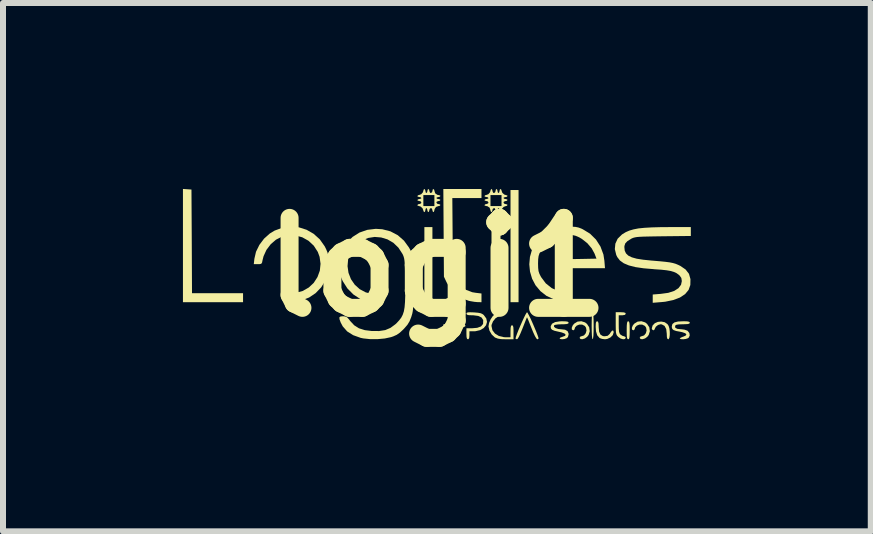
<source format=kicad_pcb>
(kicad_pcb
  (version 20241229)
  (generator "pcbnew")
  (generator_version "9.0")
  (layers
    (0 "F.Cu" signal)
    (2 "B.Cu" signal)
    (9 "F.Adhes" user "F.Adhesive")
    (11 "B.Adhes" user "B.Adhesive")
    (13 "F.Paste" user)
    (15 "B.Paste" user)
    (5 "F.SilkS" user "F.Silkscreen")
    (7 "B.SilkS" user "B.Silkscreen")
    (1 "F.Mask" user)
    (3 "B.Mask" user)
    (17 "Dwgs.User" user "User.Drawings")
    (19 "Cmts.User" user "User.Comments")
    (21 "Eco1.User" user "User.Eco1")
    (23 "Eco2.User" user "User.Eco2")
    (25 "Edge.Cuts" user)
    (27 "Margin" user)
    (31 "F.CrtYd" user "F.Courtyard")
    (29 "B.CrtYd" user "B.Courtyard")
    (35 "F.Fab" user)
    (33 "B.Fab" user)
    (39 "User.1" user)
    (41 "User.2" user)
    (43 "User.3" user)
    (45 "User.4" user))
  (footprint "logi1"
    (layer "F.Cu")
    (at 4.242 1.404)
    (property "Reference" "logi1" (at 0 0 0) (layer "F.SilkS") (effects (font (size 1.5 1.5) (thickness 0.3))))
    (attr board_only exclude_from_pos_files exclude_from_bom)
    (fp_poly (pts (xy -0.083 -0.042) (xy -0.083 0.584) (xy -0.15 0.584) (xy -0.217 0.584) (xy -0.217 -0.042) (xy -0.217 -0.668) (xy -0.15 -0.668) (xy -0.083 -0.668)) (stroke (width 0) (type solid)) (fill yes) (layer "F.SilkS"))
    (fp_poly (pts (xy 1.052 -0.042) (xy 1.052 0.584) (xy 0.977 0.584) (xy 0.902 0.584) (xy 0.902 -0.042) (xy 0.902 -0.668) (xy 0.977 -0.668) (xy 1.052 -0.668)) (stroke (width 0) (type solid)) (fill yes) (layer "F.SilkS"))
    (fp_poly (pts (xy 1.353 -0.351) (xy 1.353 0.584) (xy 1.286 0.584) (xy 1.219 0.584) (xy 1.219 -0.351) (xy 1.219 -1.286) (xy 1.286 -1.286) (xy 1.353 -1.286)) (stroke (width 0) (type solid)) (fill yes) (layer "F.SilkS"))
    (fp_poly (pts (xy -4.171 -1.299) (xy -4.1 -1.294) (xy -4.095 -0.43) (xy -4.091 0.434) (xy -3.665 0.434) (xy -3.24 0.434) (xy -3.24 0.509) (xy -3.24 0.584) (xy -3.741 0.584) (xy -4.242 0.584) (xy -4.242 -0.36) (xy -4.242 -1.304)) (stroke (width 0) (type solid)) (fill yes) (layer "F.SilkS"))
    (fp_poly (pts (xy 2.595 0.768) (xy 2.601 0.814) (xy 2.604 0.887) (xy 2.605 0.977) (xy 2.604 1.072) (xy 2.601 1.144) (xy 2.595 1.188) (xy 2.588 1.202) (xy 2.581 1.186) (xy 2.576 1.14) (xy 2.573 1.067) (xy 2.572 0.977) (xy 2.573 0.882) (xy 2.576 0.81) (xy 2.582 0.766) (xy 2.588 0.751)) (stroke (width 0) (type solid)) (fill yes) (layer "F.SilkS"))
    (fp_poly (pts (xy 0.366 0.752) (xy 0.42 0.755) (xy 0.452 0.76) (xy 0.465 0.769) (xy 0.468 0.777) (xy 0.462 0.788) (xy 0.443 0.795) (xy 0.404 0.799) (xy 0.341 0.801) (xy 0.284 0.802) (xy 0.202 0.801) (xy 0.148 0.798) (xy 0.116 0.793) (xy 0.102 0.784) (xy 0.1 0.777) (xy 0.105 0.765) (xy 0.125 0.758) (xy 0.163 0.754) (xy 0.226 0.752) (xy 0.284 0.751)) (stroke (width 0) (type solid)) (fill yes) (layer "F.SilkS"))
    (fp_poly (pts (xy 3.193 0.908) (xy 3.201 0.929) (xy 3.205 0.972) (xy 3.206 1.041) (xy 3.206 1.052) (xy 3.205 1.125) (xy 3.202 1.171) (xy 3.195 1.195) (xy 3.183 1.202) (xy 3.181 1.202) (xy 3.169 1.197) (xy 3.161 1.175) (xy 3.157 1.133) (xy 3.156 1.063) (xy 3.156 1.052) (xy 3.157 0.979) (xy 3.161 0.933) (xy 3.168 0.909) (xy 3.179 0.902) (xy 3.181 0.902)) (stroke (width 0) (type solid)) (fill yes) (layer "F.SilkS"))
    (fp_poly (pts (xy 0.366 0.953) (xy 0.42 0.955) (xy 0.452 0.96) (xy 0.465 0.969) (xy 0.468 0.977) (xy 0.462 0.989) (xy 0.441 0.996) (xy 0.4 1) (xy 0.332 1.002) (xy 0.309 1.002) (xy 0.15 1.002) (xy 0.15 1.102) (xy 0.148 1.16) (xy 0.142 1.192) (xy 0.128 1.202) (xy 0.125 1.202) (xy 0.112 1.196) (xy 0.104 1.172) (xy 0.101 1.125) (xy 0.1 1.077) (xy 0.1 0.952) (xy 0.284 0.952)) (stroke (width 0) (type solid)) (fill yes) (layer "F.SilkS"))
    (fp_poly (pts (xy 0.735 -1.227) (xy 0.735 -1.152) (xy 0.492 -1.152) (xy 0.249 -1.152) (xy 0.254 -0.514) (xy 0.259 0.125) (xy 0.31 0.217) (xy 0.38 0.308) (xy 0.472 0.376) (xy 0.582 0.418) (xy 0.637 0.427) (xy 0.735 0.439) (xy 0.735 0.511) (xy 0.735 0.584) (xy 0.672 0.583) (xy 0.617 0.578) (xy 0.552 0.567) (xy 0.524 0.561) (xy 0.398 0.516) (xy 0.294 0.447) (xy 0.209 0.351) (xy 0.152 0.25) (xy 0.109 0.159) (xy 0.104 -0.572) (xy 0.099 -1.303) (xy 0.417 -1.303) (xy 0.735 -1.303)) (stroke (width 0) (type solid)) (fill yes) (layer "F.SilkS"))
    (fp_poly (pts (xy 3.79 0.918) (xy 3.835 0.949) (xy 3.855 0.979) (xy 3.868 1.023) (xy 3.874 1.077) (xy 3.874 1.131) (xy 3.868 1.175) (xy 3.856 1.2) (xy 3.849 1.202) (xy 3.834 1.194) (xy 3.826 1.165) (xy 3.824 1.111) (xy 3.815 1.032) (xy 3.787 0.979) (xy 3.741 0.954) (xy 3.718 0.952) (xy 3.678 0.964) (xy 3.642 0.993) (xy 3.624 1.027) (xy 3.624 1.033) (xy 3.61 1.05) (xy 3.599 1.052) (xy 3.578 1.038) (xy 3.574 1.022) (xy 3.588 0.972) (xy 3.625 0.934) (xy 3.676 0.912) (xy 3.734 0.907)) (stroke (width 0) (type solid)) (fill yes) (layer "F.SilkS"))
    (fp_poly (pts (xy 2.678 0.91) (xy 2.686 0.937) (xy 2.689 0.991) (xy 2.689 0.999) (xy 2.696 1.076) (xy 2.719 1.125) (xy 2.759 1.149) (xy 2.79 1.152) (xy 2.839 1.144) (xy 2.872 1.114) (xy 2.887 1.09) (xy 2.911 1.059) (xy 2.93 1.056) (xy 2.939 1.081) (xy 2.939 1.086) (xy 2.924 1.133) (xy 2.885 1.172) (xy 2.831 1.197) (xy 2.794 1.202) (xy 2.745 1.196) (xy 2.707 1.183) (xy 2.704 1.181) (xy 2.665 1.136) (xy 2.644 1.07) (xy 2.639 0.995) (xy 2.641 0.939) (xy 2.648 0.91) (xy 2.663 0.902) (xy 2.664 0.902)) (stroke (width 0) (type solid)) (fill yes) (layer "F.SilkS"))
    (fp_poly (pts (xy 3.109 0.754) (xy 3.134 0.763) (xy 3.14 0.777) (xy 3.127 0.795) (xy 3.086 0.802) (xy 3.081 0.802) (xy 3.023 0.802) (xy 3.023 0.949) (xy 3.024 1.024) (xy 3.028 1.073) (xy 3.037 1.104) (xy 3.052 1.124) (xy 3.053 1.125) (xy 3.088 1.146) (xy 3.112 1.152) (xy 3.136 1.164) (xy 3.14 1.177) (xy 3.127 1.198) (xy 3.096 1.202) (xy 3.056 1.191) (xy 3.018 1.165) (xy 3.014 1.161) (xy 2.995 1.141) (xy 2.984 1.119) (xy 2.977 1.088) (xy 2.974 1.04) (xy 2.973 0.969) (xy 2.973 0.936) (xy 2.973 0.751) (xy 3.056 0.751)) (stroke (width 0) (type solid)) (fill yes) (layer "F.SilkS"))
    (fp_poly (pts (xy 2.462 0.921) (xy 2.494 0.946) (xy 2.531 1.003) (xy 2.54 1.068) (xy 2.521 1.13) (xy 2.497 1.161) (xy 2.46 1.188) (xy 2.419 1.201) (xy 2.387 1.199) (xy 2.372 1.181) (xy 2.371 1.177) (xy 2.385 1.156) (xy 2.402 1.152) (xy 2.444 1.138) (xy 2.473 1.102) (xy 2.486 1.056) (xy 2.478 1.009) (xy 2.458 0.98) (xy 2.415 0.958) (xy 2.366 0.957) (xy 2.322 0.975) (xy 2.293 1.007) (xy 2.288 1.033) (xy 2.274 1.05) (xy 2.263 1.052) (xy 2.242 1.04) (xy 2.24 1.011) (xy 2.255 0.973) (xy 2.279 0.943) (xy 2.335 0.908) (xy 2.399 0.901)) (stroke (width 0) (type solid)) (fill yes) (layer "F.SilkS"))
    (fp_poly (pts (xy 3.464 0.921) (xy 3.496 0.946) (xy 3.533 1.003) (xy 3.542 1.068) (xy 3.523 1.13) (xy 3.499 1.161) (xy 3.462 1.188) (xy 3.421 1.201) (xy 3.389 1.199) (xy 3.374 1.181) (xy 3.373 1.177) (xy 3.387 1.156) (xy 3.404 1.152) (xy 3.446 1.138) (xy 3.475 1.102) (xy 3.488 1.056) (xy 3.48 1.009) (xy 3.46 0.98) (xy 3.416 0.958) (xy 3.368 0.957) (xy 3.324 0.975) (xy 3.295 1.007) (xy 3.29 1.033) (xy 3.276 1.05) (xy 3.265 1.052) (xy 3.244 1.04) (xy 3.242 1.011) (xy 3.257 0.973) (xy 3.281 0.943) (xy 3.337 0.908) (xy 3.401 0.901)) (stroke (width 0) (type solid)) (fill yes) (layer "F.SilkS"))
    (fp_poly (pts (xy 0.608 0.754) (xy 0.678 0.76) (xy 0.725 0.769) (xy 0.757 0.785) (xy 0.774 0.799) (xy 0.815 0.855) (xy 0.827 0.913) (xy 0.811 0.968) (xy 0.772 1.015) (xy 0.712 1.05) (xy 0.634 1.068) (xy 0.605 1.069) (xy 0.534 1.069) (xy 0.534 1.136) (xy 0.53 1.182) (xy 0.517 1.201) (xy 0.509 1.202) (xy 0.494 1.194) (xy 0.486 1.165) (xy 0.484 1.111) (xy 0.484 1.019) (xy 0.575 1.019) (xy 0.665 1.011) (xy 0.727 0.988) (xy 0.759 0.95) (xy 0.762 0.942) (xy 0.764 0.883) (xy 0.737 0.84) (xy 0.681 0.813) (xy 0.596 0.802) (xy 0.575 0.802) (xy 0.521 0.8) (xy 0.493 0.792) (xy 0.484 0.777) (xy 0.484 0.775) (xy 0.489 0.761) (xy 0.507 0.754) (xy 0.546 0.752)) (stroke (width 0) (type solid)) (fill yes) (layer "F.SilkS"))
    (fp_poly (pts (xy 1.506 0.766) (xy 1.527 0.805) (xy 1.555 0.861) (xy 1.585 0.928) (xy 1.616 1) (xy 1.645 1.069) (xy 1.668 1.128) (xy 1.683 1.172) (xy 1.687 1.19) (xy 1.673 1.201) (xy 1.664 1.202) (xy 1.649 1.187) (xy 1.625 1.146) (xy 1.596 1.083) (xy 1.57 1.019) (xy 1.541 0.947) (xy 1.518 0.889) (xy 1.501 0.849) (xy 1.494 0.835) (xy 1.487 0.85) (xy 1.471 0.889) (xy 1.448 0.948) (xy 1.42 1.019) (xy 1.386 1.102) (xy 1.358 1.162) (xy 1.336 1.196) (xy 1.326 1.202) (xy 1.305 1.195) (xy 1.303 1.19) (xy 1.309 1.163) (xy 1.326 1.115) (xy 1.35 1.053) (xy 1.38 0.983) (xy 1.411 0.912) (xy 1.441 0.847) (xy 1.467 0.794) (xy 1.487 0.76) (xy 1.495 0.751)) (stroke (width 0) (type solid)) (fill yes) (layer "F.SilkS"))
    (fp_poly (pts (xy 1.086 0.769) (xy 1.075 0.789) (xy 1.039 0.811) (xy 1.026 0.816) (xy 0.97 0.851) (xy 0.927 0.904) (xy 0.903 0.963) (xy 0.902 0.982) (xy 0.917 1.051) (xy 0.96 1.107) (xy 1.025 1.147) (xy 1.108 1.167) (xy 1.142 1.169) (xy 1.219 1.169) (xy 1.219 1.069) (xy 1.221 1.011) (xy 1.228 0.979) (xy 1.241 0.969) (xy 1.244 0.969) (xy 1.258 0.975) (xy 1.266 1) (xy 1.269 1.049) (xy 1.269 1.085) (xy 1.269 1.202) (xy 1.14 1.202) (xy 1.062 1.2) (xy 1.008 1.191) (xy 0.965 1.175) (xy 0.955 1.169) (xy 0.905 1.122) (xy 0.868 1.058) (xy 0.852 0.991) (xy 0.852 0.986) (xy 0.862 0.93) (xy 0.888 0.869) (xy 0.923 0.817) (xy 0.944 0.797) (xy 0.991 0.771) (xy 1.035 0.757) (xy 1.073 0.756)) (stroke (width 0) (type solid)) (fill yes) (layer "F.SilkS"))
    (fp_poly (pts (xy 2.143 0.904) (xy 2.175 0.91) (xy 2.187 0.922) (xy 2.188 0.927) (xy 2.181 0.94) (xy 2.156 0.948) (xy 2.107 0.952) (xy 2.072 0.952) (xy 2.006 0.955) (xy 1.961 0.962) (xy 1.944 0.971) (xy 1.945 0.995) (xy 1.971 1.016) (xy 2.016 1.031) (xy 2.058 1.035) (xy 2.128 1.043) (xy 2.17 1.066) (xy 2.187 1.106) (xy 2.188 1.119) (xy 2.176 1.166) (xy 2.155 1.185) (xy 2.118 1.198) (xy 2.078 1.202) (xy 2.047 1.197) (xy 2.037 1.187) (xy 2.052 1.173) (xy 2.087 1.161) (xy 2.088 1.16) (xy 2.129 1.145) (xy 2.138 1.126) (xy 2.119 1.106) (xy 2.072 1.088) (xy 2.024 1.077) (xy 1.954 1.061) (xy 1.912 1.044) (xy 1.892 1.021) (xy 1.889 0.989) (xy 1.89 0.983) (xy 1.911 0.943) (xy 1.962 0.916) (xy 2.042 0.903) (xy 2.083 0.902)) (stroke (width 0) (type solid)) (fill yes) (layer "F.SilkS"))
    (fp_poly (pts (xy 4.161 0.903) (xy 4.195 0.91) (xy 4.208 0.921) (xy 4.208 0.927) (xy 4.201 0.94) (xy 4.177 0.948) (xy 4.128 0.951) (xy 4.091 0.952) (xy 4.025 0.954) (xy 3.986 0.96) (xy 3.967 0.972) (xy 3.963 0.979) (xy 3.965 1.009) (xy 3.998 1.028) (xy 4.06 1.035) (xy 4.067 1.035) (xy 4.12 1.042) (xy 4.165 1.058) (xy 4.171 1.061) (xy 4.2 1.097) (xy 4.207 1.139) (xy 4.19 1.175) (xy 4.176 1.185) (xy 4.141 1.197) (xy 4.099 1.202) (xy 4.062 1.2) (xy 4.042 1.192) (xy 4.041 1.189) (xy 4.056 1.176) (xy 4.09 1.161) (xy 4.096 1.16) (xy 4.139 1.141) (xy 4.151 1.12) (xy 4.131 1.101) (xy 4.082 1.084) (xy 4.05 1.077) (xy 3.98 1.064) (xy 3.938 1.049) (xy 3.916 1.03) (xy 3.908 1.001) (xy 3.908 0.987) (xy 3.918 0.948) (xy 3.952 0.921) (xy 4.012 0.906) (xy 4.101 0.902)) (stroke (width 0) (type solid)) (fill yes) (layer "F.SilkS"))
    (fp_poly (pts (xy -2.308 -0.664) (xy -2.18 -0.623) (xy -2.063 -0.556) (xy -1.961 -0.464) (xy -1.879 -0.348) (xy -1.857 -0.304) (xy -1.835 -0.253) (xy -1.821 -0.205) (xy -1.814 -0.151) (xy -1.812 -0.077) (xy -1.812 -0.05) (xy -1.813 0.029) (xy -1.818 0.086) (xy -1.829 0.133) (xy -1.848 0.182) (xy -1.864 0.217) (xy -1.937 0.336) (xy -2.03 0.433) (xy -2.139 0.506) (xy -2.258 0.552) (xy -2.341 0.565) (xy -2.438 0.572) (xy -2.438 0.505) (xy -2.437 0.464) (xy -2.426 0.443) (xy -2.397 0.434) (xy -2.363 0.428) (xy -2.246 0.397) (xy -2.144 0.339) (xy -2.061 0.261) (xy -1.999 0.165) (xy -1.96 0.058) (xy -1.948 -0.056) (xy -1.964 -0.173) (xy -1.994 -0.254) (xy -2.061 -0.358) (xy -2.149 -0.44) (xy -2.253 -0.498) (xy -2.368 -0.529) (xy -2.489 -0.531) (xy -2.593 -0.508) (xy -2.691 -0.458) (xy -2.778 -0.383) (xy -2.85 -0.288) (xy -2.898 -0.183) (xy -2.914 -0.121) (xy -2.923 -0.077) (xy -2.937 -0.056) (xy -2.967 -0.05) (xy -2.993 -0.05) (xy -3.061 -0.05) (xy -3.051 -0.14) (xy -3.024 -0.257) (xy -2.968 -0.371) (xy -2.89 -0.475) (xy -2.794 -0.561) (xy -2.713 -0.61) (xy -2.579 -0.659) (xy -2.442 -0.676)) (stroke (width 0) (type solid)) (fill yes) (layer "F.SilkS"))
    (fp_poly (pts (xy 2.245 -0.675) (xy 2.304 -0.671) (xy 2.352 -0.661) (xy 2.398 -0.644) (xy 2.425 -0.631) (xy 2.545 -0.558) (xy 2.644 -0.46) (xy 2.719 -0.343) (xy 2.768 -0.211) (xy 2.784 -0.107) (xy 2.794 0.017) (xy 2.474 0.017) (xy 2.154 0.017) (xy 2.154 -0.058) (xy 2.154 -0.133) (xy 2.403 -0.137) (xy 2.652 -0.142) (xy 2.62 -0.226) (xy 2.572 -0.314) (xy 2.5 -0.399) (xy 2.41 -0.47) (xy 2.363 -0.498) (xy 2.304 -0.523) (xy 2.245 -0.537) (xy 2.171 -0.54) (xy 2.163 -0.54) (xy 2.034 -0.525) (xy 1.919 -0.479) (xy 1.821 -0.405) (xy 1.741 -0.304) (xy 1.728 -0.281) (xy 1.702 -0.23) (xy 1.687 -0.185) (xy 1.68 -0.132) (xy 1.678 -0.059) (xy 1.678 -0.058) (xy 1.68 0.014) (xy 1.686 0.066) (xy 1.701 0.111) (xy 1.727 0.162) (xy 1.73 0.167) (xy 1.807 0.27) (xy 1.906 0.349) (xy 2.026 0.403) (xy 2.058 0.413) (xy 2.171 0.442) (xy 2.171 0.505) (xy 2.171 0.568) (xy 2.1 0.567) (xy 2.041 0.561) (xy 1.973 0.546) (xy 1.944 0.537) (xy 1.819 0.479) (xy 1.717 0.399) (xy 1.636 0.302) (xy 1.579 0.193) (xy 1.544 0.075) (xy 1.532 -0.048) (xy 1.543 -0.171) (xy 1.577 -0.291) (xy 1.635 -0.403) (xy 1.716 -0.503) (xy 1.821 -0.588) (xy 1.901 -0.632) (xy 1.95 -0.653) (xy 1.996 -0.666) (xy 2.048 -0.673) (xy 2.117 -0.676) (xy 2.163 -0.676)) (stroke (width 0) (type solid)) (fill yes) (layer "F.SilkS"))
    (fp_poly (pts (xy 4.225 -0.594) (xy 4.225 -0.52) (xy 3.762 -0.515) (xy 3.624 -0.513) (xy 3.516 -0.511) (xy 3.433 -0.509) (xy 3.37 -0.506) (xy 3.324 -0.502) (xy 3.291 -0.496) (xy 3.265 -0.489) (xy 3.243 -0.48) (xy 3.23 -0.473) (xy 3.168 -0.434) (xy 3.132 -0.396) (xy 3.118 -0.352) (xy 3.117 -0.333) (xy 3.123 -0.276) (xy 3.144 -0.23) (xy 3.182 -0.193) (xy 3.241 -0.164) (xy 3.323 -0.141) (xy 3.432 -0.124) (xy 3.57 -0.11) (xy 3.595 -0.108) (xy 3.713 -0.098) (xy 3.803 -0.089) (xy 3.872 -0.08) (xy 3.927 -0.069) (xy 3.972 -0.056) (xy 4.015 -0.038) (xy 4.052 -0.02) (xy 4.138 0.039) (xy 4.194 0.111) (xy 4.219 0.199) (xy 4.217 0.297) (xy 4.188 0.379) (xy 4.13 0.449) (xy 4.044 0.506) (xy 3.933 0.548) (xy 3.798 0.576) (xy 3.737 0.582) (xy 3.59 0.594) (xy 3.59 0.525) (xy 3.59 0.456) (xy 3.725 0.445) (xy 3.849 0.428) (xy 3.948 0.396) (xy 4.019 0.35) (xy 4.062 0.293) (xy 4.075 0.232) (xy 4.067 0.181) (xy 4.04 0.142) (xy 4.024 0.127) (xy 3.987 0.1) (xy 3.944 0.08) (xy 3.891 0.064) (xy 3.821 0.052) (xy 3.729 0.042) (xy 3.609 0.034) (xy 3.606 0.033) (xy 3.439 0.019) (xy 3.302 -0.001) (xy 3.192 -0.029) (xy 3.107 -0.065) (xy 3.043 -0.111) (xy 2.999 -0.168) (xy 2.982 -0.203) (xy 2.958 -0.301) (xy 2.967 -0.392) (xy 3.005 -0.474) (xy 3.074 -0.542) (xy 3.086 -0.551) (xy 3.141 -0.584) (xy 3.201 -0.61) (xy 3.27 -0.63) (xy 3.352 -0.646) (xy 3.452 -0.656) (xy 3.572 -0.663) (xy 3.718 -0.667) (xy 3.862 -0.668) (xy 4.225 -0.668)) (stroke (width 0) (type solid)) (fill yes) (layer "F.SilkS"))
    (fp_poly (pts (xy -0.053 -1.289) (xy -0.05 -1.273) (xy -0.036 -1.23) (xy 0.001 -1.205) (xy 0.02 -1.202) (xy 0.045 -1.195) (xy 0.05 -1.186) (xy 0.036 -1.172) (xy 0.017 -1.169) (xy -0.01 -1.162) (xy -0.017 -1.152) (xy -0.003 -1.139) (xy 0.017 -1.136) (xy 0.044 -1.129) (xy 0.05 -1.119) (xy 0.036 -1.105) (xy 0.017 -1.102) (xy -0.011 -1.092) (xy -0.017 -1.077) (xy -0.003 -1.057) (xy 0.017 -1.052) (xy 0.044 -1.045) (xy 0.05 -1.035) (xy 0.036 -1.021) (xy 0.02 -1.019) (xy -0.023 -1.004) (xy -0.047 -0.968) (xy -0.05 -0.949) (xy -0.058 -0.923) (xy -0.067 -0.918) (xy -0.08 -0.932) (xy -0.083 -0.952) (xy -0.094 -0.979) (xy -0.109 -0.985) (xy -0.129 -0.971) (xy -0.134 -0.952) (xy -0.141 -0.925) (xy -0.15 -0.918) (xy -0.164 -0.932) (xy -0.167 -0.952) (xy -0.174 -0.979) (xy -0.184 -0.985) (xy -0.197 -0.971) (xy -0.2 -0.952) (xy -0.207 -0.925) (xy -0.217 -0.918) (xy -0.232 -0.932) (xy -0.234 -0.945) (xy -0.248 -0.982) (xy -0.281 -1.011) (xy -0.308 -1.019) (xy -0.331 -1.027) (xy -0.334 -1.035) (xy -0.32 -1.049) (xy -0.301 -1.052) (xy -0.273 -1.063) (xy -0.267 -1.077) (xy -0.281 -1.098) (xy -0.301 -1.102) (xy -0.328 -1.109) (xy -0.329 -1.111) (xy -0.234 -1.111) (xy -0.234 -1.019) (xy -0.142 -1.019) (xy -0.05 -1.019) (xy -0.05 -1.111) (xy -0.05 -1.202) (xy -0.142 -1.202) (xy -0.234 -1.202) (xy -0.234 -1.111) (xy -0.329 -1.111) (xy -0.334 -1.119) (xy -0.32 -1.132) (xy -0.301 -1.136) (xy -0.273 -1.143) (xy -0.267 -1.152) (xy -0.281 -1.166) (xy -0.301 -1.169) (xy -0.328 -1.176) (xy -0.334 -1.186) (xy -0.32 -1.2) (xy -0.308 -1.202) (xy -0.27 -1.216) (xy -0.241 -1.249) (xy -0.234 -1.276) (xy -0.225 -1.299) (xy -0.217 -1.303) (xy -0.204 -1.289) (xy -0.2 -1.269) (xy -0.193 -1.242) (xy -0.184 -1.236) (xy -0.17 -1.25) (xy -0.167 -1.269) (xy -0.16 -1.296) (xy -0.15 -1.303) (xy -0.137 -1.289) (xy -0.134 -1.269) (xy -0.123 -1.242) (xy -0.109 -1.236) (xy -0.088 -1.25) (xy -0.083 -1.269) (xy -0.077 -1.296) (xy -0.067 -1.303)) (stroke (width 0) (type solid)) (fill yes) (layer "F.SilkS"))
    (fp_poly (pts (xy 1.067 -1.289) (xy 1.069 -1.276) (xy 1.083 -1.239) (xy 1.116 -1.21) (xy 1.143 -1.202) (xy 1.166 -1.194) (xy 1.169 -1.186) (xy 1.155 -1.172) (xy 1.136 -1.169) (xy 1.108 -1.162) (xy 1.102 -1.152) (xy 1.116 -1.139) (xy 1.136 -1.136) (xy 1.163 -1.129) (xy 1.169 -1.119) (xy 1.155 -1.105) (xy 1.136 -1.102) (xy 1.108 -1.092) (xy 1.102 -1.077) (xy 1.116 -1.057) (xy 1.136 -1.052) (xy 1.163 -1.045) (xy 1.169 -1.035) (xy 1.155 -1.021) (xy 1.143 -1.019) (xy 1.105 -1.005) (xy 1.076 -0.972) (xy 1.069 -0.945) (xy 1.06 -0.922) (xy 1.052 -0.918) (xy 1.039 -0.932) (xy 1.035 -0.952) (xy 1.028 -0.979) (xy 1.019 -0.985) (xy 1.005 -0.971) (xy 1.002 -0.952) (xy 0.995 -0.925) (xy 0.985 -0.918) (xy 0.972 -0.932) (xy 0.969 -0.952) (xy 0.958 -0.979) (xy 0.944 -0.985) (xy 0.923 -0.971) (xy 0.918 -0.952) (xy 0.911 -0.925) (xy 0.902 -0.918) (xy 0.888 -0.932) (xy 0.885 -0.949) (xy 0.871 -0.991) (xy 0.834 -1.016) (xy 0.815 -1.019) (xy 0.79 -1.026) (xy 0.785 -1.035) (xy 0.799 -1.049) (xy 0.818 -1.052) (xy 0.845 -1.063) (xy 0.852 -1.077) (xy 0.838 -1.098) (xy 0.818 -1.102) (xy 0.791 -1.109) (xy 0.79 -1.111) (xy 0.885 -1.111) (xy 0.885 -1.019) (xy 0.977 -1.019) (xy 1.069 -1.019) (xy 1.069 -1.111) (xy 1.069 -1.202) (xy 0.977 -1.202) (xy 0.885 -1.202) (xy 0.885 -1.111) (xy 0.79 -1.111) (xy 0.785 -1.119) (xy 0.799 -1.132) (xy 0.818 -1.136) (xy 0.845 -1.143) (xy 0.852 -1.152) (xy 0.838 -1.166) (xy 0.818 -1.169) (xy 0.791 -1.176) (xy 0.785 -1.186) (xy 0.798 -1.2) (xy 0.811 -1.202) (xy 0.849 -1.216) (xy 0.878 -1.249) (xy 0.885 -1.276) (xy 0.894 -1.299) (xy 0.902 -1.303) (xy 0.915 -1.289) (xy 0.918 -1.269) (xy 0.929 -1.242) (xy 0.944 -1.236) (xy 0.964 -1.25) (xy 0.969 -1.269) (xy 0.976 -1.296) (xy 0.985 -1.303) (xy 0.999 -1.289) (xy 1.002 -1.269) (xy 1.009 -1.242) (xy 1.019 -1.236) (xy 1.032 -1.25) (xy 1.035 -1.269) (xy 1.042 -1.296) (xy 1.052 -1.303)) (stroke (width 0) (type solid)) (fill yes) (layer "F.SilkS"))
    (fp_poly (pts (xy -0.918 -0.632) (xy -0.783 -0.597) (xy -0.661 -0.533) (xy -0.557 -0.442) (xy -0.473 -0.326) (xy -0.466 -0.313) (xy -0.409 -0.209) (xy -0.404 0.256) (xy -0.403 0.394) (xy -0.402 0.503) (xy -0.402 0.587) (xy -0.404 0.653) (xy -0.407 0.703) (xy -0.412 0.742) (xy -0.419 0.776) (xy -0.429 0.809) (xy -0.436 0.832) (xy -0.464 0.902) (xy -0.499 0.96) (xy -0.55 1.019) (xy -0.568 1.038) (xy -0.626 1.092) (xy -0.678 1.128) (xy -0.736 1.154) (xy -0.775 1.167) (xy -0.877 1.189) (xy -0.997 1.2) (xy -1.12 1.2) (xy -1.234 1.188) (xy -1.278 1.179) (xy -1.404 1.134) (xy -1.504 1.071) (xy -1.578 0.987) (xy -1.612 0.923) (xy -1.632 0.868) (xy -1.634 0.836) (xy -1.614 0.822) (xy -1.574 0.818) (xy -1.536 0.822) (xy -1.506 0.836) (xy -1.476 0.868) (xy -1.453 0.898) (xy -1.387 0.969) (xy -1.308 1.019) (xy -1.21 1.05) (xy -1.097 1.064) (xy -0.972 1.065) (xy -0.869 1.049) (xy -0.782 1.012) (xy -0.703 0.954) (xy -0.677 0.93) (xy -0.636 0.885) (xy -0.603 0.842) (xy -0.578 0.794) (xy -0.559 0.737) (xy -0.547 0.668) (xy -0.54 0.581) (xy -0.536 0.473) (xy -0.536 0.338) (xy -0.537 0.242) (xy -0.539 0.118) (xy -0.541 0.022) (xy -0.544 -0.05) (xy -0.548 -0.103) (xy -0.554 -0.143) (xy -0.562 -0.173) (xy -0.572 -0.2) (xy -0.581 -0.219) (xy -0.649 -0.324) (xy -0.734 -0.406) (xy -0.832 -0.463) (xy -0.937 -0.495) (xy -1.046 -0.504) (xy -1.154 -0.487) (xy -1.255 -0.446) (xy -1.346 -0.38) (xy -1.422 -0.29) (xy -1.447 -0.245) (xy -1.488 -0.132) (xy -1.498 -0.017) (xy -1.482 0.095) (xy -1.441 0.2) (xy -1.378 0.292) (xy -1.295 0.367) (xy -1.195 0.42) (xy -1.098 0.445) (xy -1.019 0.455) (xy -1.019 0.528) (xy -1.02 0.568) (xy -1.027 0.591) (xy -1.048 0.598) (xy -1.087 0.594) (xy -1.153 0.579) (xy -1.155 0.578) (xy -1.285 0.531) (xy -1.401 0.455) (xy -1.5 0.355) (xy -1.578 0.233) (xy -1.584 0.22) (xy -1.606 0.169) (xy -1.619 0.121) (xy -1.626 0.066) (xy -1.628 -0.007) (xy -1.628 -0.033) (xy -1.627 -0.115) (xy -1.622 -0.174) (xy -1.61 -0.222) (xy -1.591 -0.271) (xy -1.584 -0.286) (xy -1.51 -0.407) (xy -1.414 -0.504) (xy -1.299 -0.577) (xy -1.169 -0.622) (xy -1.027 -0.639)) (stroke (width 0) (type solid)) (fill yes) (layer "F.SilkS")))
  (gr_rect
    (start -3 -3)
    (end 11.467 5.808)
    (stroke (width 0.1) (type default))
    (fill no)
    (layer "Edge.Cuts")))
</source>
